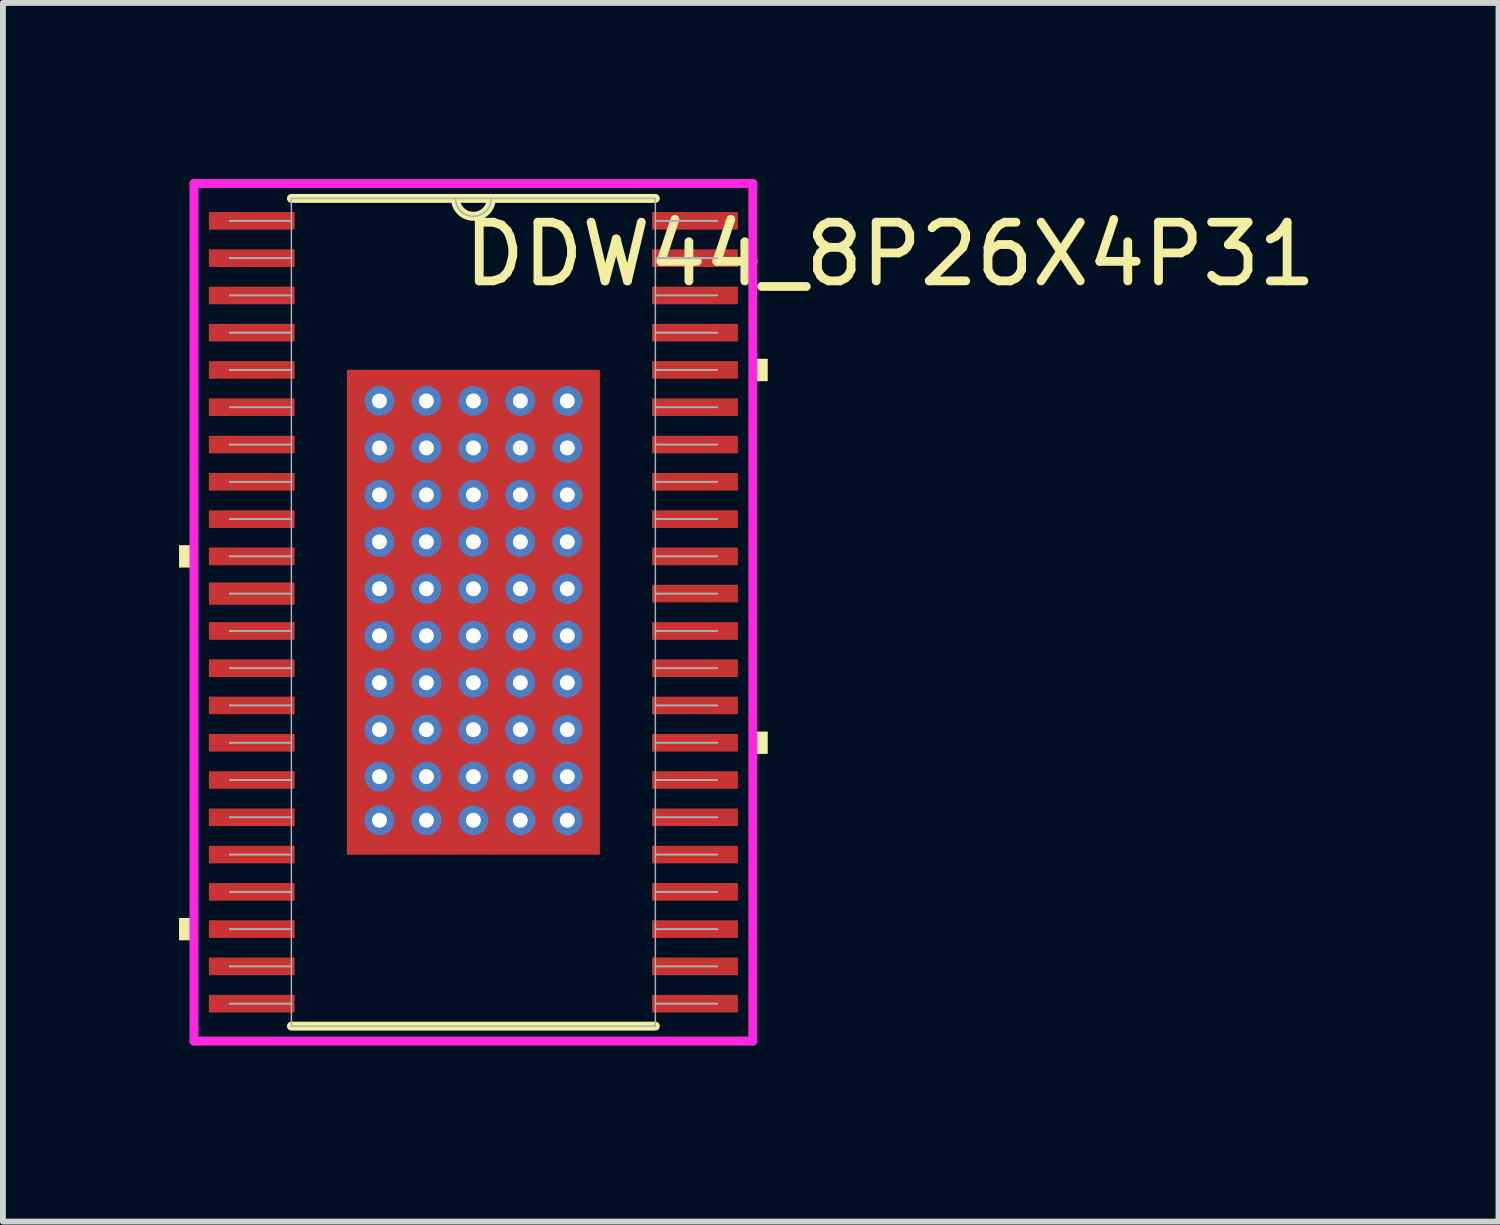
<source format=kicad_pcb>
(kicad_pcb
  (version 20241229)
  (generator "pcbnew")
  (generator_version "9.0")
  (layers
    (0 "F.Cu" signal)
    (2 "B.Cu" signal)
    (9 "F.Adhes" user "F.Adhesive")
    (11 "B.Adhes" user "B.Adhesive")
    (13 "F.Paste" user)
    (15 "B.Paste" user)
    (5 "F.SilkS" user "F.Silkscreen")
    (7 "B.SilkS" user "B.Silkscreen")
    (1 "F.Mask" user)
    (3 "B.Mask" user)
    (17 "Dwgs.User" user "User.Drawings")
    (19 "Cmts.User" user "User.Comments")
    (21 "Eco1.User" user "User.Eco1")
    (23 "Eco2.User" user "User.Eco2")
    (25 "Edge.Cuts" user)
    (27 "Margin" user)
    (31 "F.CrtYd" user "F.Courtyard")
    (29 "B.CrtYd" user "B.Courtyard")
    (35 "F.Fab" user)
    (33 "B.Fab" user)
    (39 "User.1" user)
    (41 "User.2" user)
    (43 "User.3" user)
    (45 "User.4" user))
  (footprint "DDW44_8P26X4P31"
    (layer "F.Cu")
    (at 5.014 7.38)
    (property "Reference" "DDW44_8P26X4P31" (at 7.1 -6.1 0) (unlocked yes) (layer "F.SilkS") (effects (font (size 1 1) (thickness 0.15))))
    (attr through_hole)
    (fp_poly (pts (xy -2.218 -4.193) (xy -1.775 -4.193) (xy -1.775 4.193) (xy -2.218 4.193)) (stroke (width 0) (type solid)) (fill yes) (layer "F.Mask"))
    (fp_poly (pts (xy -2.218 -4.193) (xy 2.218 -4.193) (xy 2.218 -3.743) (xy -2.218 -3.743)) (stroke (width 0) (type solid)) (fill yes) (layer "F.Mask"))
    (fp_poly (pts (xy -2.218 -3.343) (xy 2.218 -3.343) (xy 2.218 -2.956) (xy -2.218 -2.956)) (stroke (width 0) (type solid)) (fill yes) (layer "F.Mask"))
    (fp_poly (pts (xy -2.218 -2.556) (xy 2.218 -2.556) (xy 2.218 -2.168) (xy -2.218 -2.168)) (stroke (width 0) (type solid)) (fill yes) (layer "F.Mask"))
    (fp_poly (pts (xy -2.218 -1.768) (xy 2.218 -1.768) (xy 2.218 -1.381) (xy -2.218 -1.381)) (stroke (width 0) (type solid)) (fill yes) (layer "F.Mask"))
    (fp_poly (pts (xy -2.218 -0.981) (xy 2.218 -0.981) (xy 2.218 -0.594) (xy -2.218 -0.594)) (stroke (width 0) (type solid)) (fill yes) (layer "F.Mask"))
    (fp_poly (pts (xy -2.218 -0.194) (xy 2.218 -0.194) (xy 2.218 0.194) (xy -2.218 0.194)) (stroke (width 0) (type solid)) (fill yes) (layer "F.Mask"))
    (fp_poly (pts (xy -2.218 0.594) (xy 2.218 0.594) (xy 2.218 0.981) (xy -2.218 0.981)) (stroke (width 0) (type solid)) (fill yes) (layer "F.Mask"))
    (fp_poly (pts (xy -2.218 1.381) (xy 2.218 1.381) (xy 2.218 1.768) (xy -2.218 1.768)) (stroke (width 0) (type solid)) (fill yes) (layer "F.Mask"))
    (fp_poly (pts (xy -2.218 2.168) (xy 2.218 2.168) (xy 2.218 2.556) (xy -2.218 2.556)) (stroke (width 0) (type solid)) (fill yes) (layer "F.Mask"))
    (fp_poly (pts (xy -2.218 2.956) (xy 2.218 2.956) (xy 2.218 3.343) (xy -2.218 3.343)) (stroke (width 0) (type solid)) (fill yes) (layer "F.Mask"))
    (fp_poly (pts (xy -2.218 3.743) (xy 2.218 3.743) (xy 2.218 4.193) (xy -2.218 4.193)) (stroke (width 0) (type solid)) (fill yes) (layer "F.Mask"))
    (fp_poly (pts (xy -0.987 -4.193) (xy -1.375 -4.193) (xy -1.375 4.193) (xy -0.987 4.193)) (stroke (width 0) (type solid)) (fill yes) (layer "F.Mask"))
    (fp_poly (pts (xy -0.2 -4.193) (xy -0.587 -4.193) (xy -0.587 4.193) (xy -0.2 4.193)) (stroke (width 0) (type solid)) (fill yes) (layer "F.Mask"))
    (fp_poly (pts (xy 0.587 -4.193) (xy 0.2 -4.193) (xy 0.2 4.193) (xy 0.587 4.193)) (stroke (width 0) (type solid)) (fill yes) (layer "F.Mask"))
    (fp_poly (pts (xy 1.375 -4.193) (xy 0.987 -4.193) (xy 0.987 4.193) (xy 1.375 4.193)) (stroke (width 0) (type solid)) (fill yes) (layer "F.Mask"))
    (fp_poly (pts (xy 1.775 -4.193) (xy 2.218 -4.193) (xy 2.218 4.193) (xy 1.775 4.193)) (stroke (width 0) (type solid)) (fill yes) (layer "F.Mask"))
    (fp_line (start -3.1 7.05) (end 3.1 7.05) (stroke (width 0.152) (type solid)) (layer "F.SilkS"))
    (fp_line (start 3.1 -7.05) (end -3.1 -7.05) (stroke (width 0.152) (type solid)) (layer "F.SilkS"))
    (fp_arc (start 0.3048 -7.050001) (mid 0 -6.745201) (end -0.3048 -7.050001) (stroke (width 0.1524) (type solid)) (layer "F.SilkS"))
    (fp_poly (pts (xy -5.014 -1.143) (xy -5.014 -0.762) (xy -4.76 -0.762) (xy -4.76 -1.143)) (stroke (width 0) (type solid)) (fill yes) (layer "F.SilkS"))
    (fp_poly (pts (xy -5.014 5.207) (xy -5.014 5.588) (xy -4.76 5.588) (xy -4.76 5.207)) (stroke (width 0) (type solid)) (fill yes) (layer "F.SilkS"))
    (fp_poly (pts (xy 5.014 -4.318) (xy 5.014 -3.937) (xy 4.76 -3.937) (xy 4.76 -4.318)) (stroke (width 0) (type solid)) (fill yes) (layer "F.SilkS"))
    (fp_poly (pts (xy 5.014 2.032) (xy 5.014 2.413) (xy 4.76 2.413) (xy 4.76 2.032)) (stroke (width 0) (type solid)) (fill yes) (layer "F.SilkS"))
    (fp_poly (pts (xy -2.08 -4.055) (xy -2.08 -3.643) (xy -1.816 -3.643) (xy -1.675 -3.785) (xy -1.675 -4.055)) (stroke (width 0) (type solid)) (fill yes) (layer "F.Paste"))
    (fp_poly (pts (xy -2.08 3.643) (xy -2.08 4.055) (xy -1.675 4.055) (xy -1.675 3.785) (xy -1.816 3.643)) (stroke (width 0) (type solid)) (fill yes) (layer "F.Paste"))
    (fp_poly (pts (xy 1.675 -4.055) (xy 1.675 -3.785) (xy 1.816 -3.643) (xy 2.08 -3.643) (xy 2.08 -4.055)) (stroke (width 0) (type solid)) (fill yes) (layer "F.Paste"))
    (fp_poly (pts (xy 1.816 3.643) (xy 1.675 3.785) (xy 1.675 4.055) (xy 2.08 4.055) (xy 2.08 3.643)) (stroke (width 0) (type solid)) (fill yes) (layer "F.Paste"))
    (fp_poly (pts (xy -2.08 -3.443) (xy -2.08 -2.856) (xy -1.816 -2.856) (xy -1.675 -2.997) (xy -1.675 -3.302) (xy -1.816 -3.443)) (stroke (width 0) (type solid)) (fill yes) (layer "F.Paste"))
    (fp_poly (pts (xy -2.08 -2.656) (xy -2.08 -2.068) (xy -1.816 -2.068) (xy -1.675 -2.21) (xy -1.675 -2.514) (xy -1.816 -2.656)) (stroke (width 0) (type solid)) (fill yes) (layer "F.Paste"))
    (fp_poly (pts (xy -2.08 -1.869) (xy -2.08 -1.281) (xy -1.816 -1.281) (xy -1.675 -1.423) (xy -1.675 -1.727) (xy -1.816 -1.869)) (stroke (width 0) (type solid)) (fill yes) (layer "F.Paste"))
    (fp_poly (pts (xy -2.08 -1.081) (xy -2.08 -0.494) (xy -1.816 -0.494) (xy -1.675 -0.635) (xy -1.675 -0.94) (xy -1.816 -1.081)) (stroke (width 0) (type solid)) (fill yes) (layer "F.Paste"))
    (fp_poly (pts (xy -2.08 -0.294) (xy -2.08 0.294) (xy -1.816 0.294) (xy -1.675 0.152) (xy -1.675 -0.152) (xy -1.816 -0.294)) (stroke (width 0) (type solid)) (fill yes) (layer "F.Paste"))
    (fp_poly (pts (xy -2.08 0.494) (xy -2.08 1.081) (xy -1.816 1.081) (xy -1.675 0.94) (xy -1.675 0.635) (xy -1.816 0.494)) (stroke (width 0) (type solid)) (fill yes) (layer "F.Paste"))
    (fp_poly (pts (xy -2.08 1.281) (xy -2.08 1.869) (xy -1.816 1.869) (xy -1.675 1.727) (xy -1.675 1.423) (xy -1.816 1.281)) (stroke (width 0) (type solid)) (fill yes) (layer "F.Paste"))
    (fp_poly (pts (xy -2.08 2.068) (xy -2.08 2.656) (xy -1.816 2.656) (xy -1.675 2.514) (xy -1.675 2.21) (xy -1.816 2.068)) (stroke (width 0) (type solid)) (fill yes) (layer "F.Paste"))
    (fp_poly (pts (xy -2.08 2.856) (xy -2.08 3.443) (xy -1.816 3.443) (xy -1.675 3.302) (xy -1.675 2.997) (xy -1.816 2.856)) (stroke (width 0) (type solid)) (fill yes) (layer "F.Paste"))
    (fp_poly (pts (xy -1.475 -4.055) (xy -1.475 -3.785) (xy -1.333 -3.643) (xy -1.029 -3.643) (xy -0.887 -3.785) (xy -0.887 -4.055)) (stroke (width 0) (type solid)) (fill yes) (layer "F.Paste"))
    (fp_poly (pts (xy -1.333 3.643) (xy -1.475 3.785) (xy -1.475 4.055) (xy -0.887 4.055) (xy -0.887 3.785) (xy -1.029 3.643)) (stroke (width 0) (type solid)) (fill yes) (layer "F.Paste"))
    (fp_poly (pts (xy -0.687 -4.055) (xy -0.687 -3.785) (xy -0.546 -3.643) (xy -0.241 -3.643) (xy -0.1 -3.785) (xy -0.1 -4.055)) (stroke (width 0) (type solid)) (fill yes) (layer "F.Paste"))
    (fp_poly (pts (xy -0.546 3.643) (xy -0.687 3.785) (xy -0.687 4.055) (xy -0.1 4.055) (xy -0.1 3.785) (xy -0.241 3.643)) (stroke (width 0) (type solid)) (fill yes) (layer "F.Paste"))
    (fp_poly (pts (xy 0.1 -4.055) (xy 0.1 -3.785) (xy 0.241 -3.643) (xy 0.546 -3.643) (xy 0.687 -3.785) (xy 0.687 -4.055)) (stroke (width 0) (type solid)) (fill yes) (layer "F.Paste"))
    (fp_poly (pts (xy 0.241 3.643) (xy 0.1 3.785) (xy 0.1 4.055) (xy 0.687 4.055) (xy 0.687 3.785) (xy 0.546 3.643)) (stroke (width 0) (type solid)) (fill yes) (layer "F.Paste"))
    (fp_poly (pts (xy 0.887 -4.055) (xy 0.887 -3.785) (xy 1.029 -3.643) (xy 1.333 -3.643) (xy 1.475 -3.785) (xy 1.475 -4.055)) (stroke (width 0) (type solid)) (fill yes) (layer "F.Paste"))
    (fp_poly (pts (xy 1.029 3.643) (xy 0.887 3.785) (xy 0.887 4.055) (xy 1.475 4.055) (xy 1.475 3.785) (xy 1.333 3.643)) (stroke (width 0) (type solid)) (fill yes) (layer "F.Paste"))
    (fp_poly (pts (xy 1.816 -3.443) (xy 1.675 -3.302) (xy 1.675 -2.997) (xy 1.816 -2.856) (xy 2.08 -2.856) (xy 2.08 -3.443)) (stroke (width 0) (type solid)) (fill yes) (layer "F.Paste"))
    (fp_poly (pts (xy 1.816 -2.656) (xy 1.675 -2.514) (xy 1.675 -2.21) (xy 1.816 -2.068) (xy 2.08 -2.068) (xy 2.08 -2.656)) (stroke (width 0) (type solid)) (fill yes) (layer "F.Paste"))
    (fp_poly (pts (xy 1.816 -1.869) (xy 1.675 -1.727) (xy 1.675 -1.423) (xy 1.816 -1.281) (xy 2.08 -1.281) (xy 2.08 -1.869)) (stroke (width 0) (type solid)) (fill yes) (layer "F.Paste"))
    (fp_poly (pts (xy 1.816 -1.081) (xy 1.675 -0.94) (xy 1.675 -0.635) (xy 1.816 -0.494) (xy 2.08 -0.494) (xy 2.08 -1.081)) (stroke (width 0) (type solid)) (fill yes) (layer "F.Paste"))
    (fp_poly (pts (xy 1.816 -0.294) (xy 1.675 -0.152) (xy 1.675 0.152) (xy 1.816 0.294) (xy 2.08 0.294) (xy 2.08 -0.294)) (stroke (width 0) (type solid)) (fill yes) (layer "F.Paste"))
    (fp_poly (pts (xy 1.816 0.494) (xy 1.675 0.635) (xy 1.675 0.94) (xy 1.816 1.081) (xy 2.08 1.081) (xy 2.08 0.494)) (stroke (width 0) (type solid)) (fill yes) (layer "F.Paste"))
    (fp_poly (pts (xy 1.816 1.281) (xy 1.675 1.423) (xy 1.675 1.727) (xy 1.816 1.869) (xy 2.08 1.869) (xy 2.08 1.281)) (stroke (width 0) (type solid)) (fill yes) (layer "F.Paste"))
    (fp_poly (pts (xy 1.816 2.068) (xy 1.675 2.21) (xy 1.675 2.514) (xy 1.816 2.656) (xy 2.08 2.656) (xy 2.08 2.068)) (stroke (width 0) (type solid)) (fill yes) (layer "F.Paste"))
    (fp_poly (pts (xy 1.816 2.856) (xy 1.675 2.997) (xy 1.675 3.302) (xy 1.816 3.443) (xy 2.08 3.443) (xy 2.08 2.856)) (stroke (width 0) (type solid)) (fill yes) (layer "F.Paste"))
    (fp_poly (pts (xy -1.333 -3.443) (xy -1.475 -3.302) (xy -1.475 -2.997) (xy -1.333 -2.856) (xy -1.029 -2.856) (xy -0.887 -2.997) (xy -0.887 -3.302) (xy -1.029 -3.443)) (stroke (width 0) (type solid)) (fill yes) (layer "F.Paste"))
    (fp_poly (pts (xy -1.333 -2.656) (xy -1.475 -2.514) (xy -1.475 -2.21) (xy -1.333 -2.068) (xy -1.029 -2.068) (xy -0.887 -2.21) (xy -0.887 -2.514) (xy -1.029 -2.656)) (stroke (width 0) (type solid)) (fill yes) (layer "F.Paste"))
    (fp_poly (pts (xy -1.333 -1.869) (xy -1.475 -1.727) (xy -1.475 -1.423) (xy -1.333 -1.281) (xy -1.029 -1.281) (xy -0.887 -1.423) (xy -0.887 -1.727) (xy -1.029 -1.869)) (stroke (width 0) (type solid)) (fill yes) (layer "F.Paste"))
    (fp_poly (pts (xy -1.333 -1.081) (xy -1.475 -0.94) (xy -1.475 -0.635) (xy -1.333 -0.494) (xy -1.029 -0.494) (xy -0.887 -0.635) (xy -0.887 -0.94) (xy -1.029 -1.081)) (stroke (width 0) (type solid)) (fill yes) (layer "F.Paste"))
    (fp_poly (pts (xy -1.333 -0.294) (xy -1.475 -0.152) (xy -1.475 0.152) (xy -1.333 0.294) (xy -1.029 0.294) (xy -0.887 0.152) (xy -0.887 -0.152) (xy -1.029 -0.294)) (stroke (width 0) (type solid)) (fill yes) (layer "F.Paste"))
    (fp_poly (pts (xy -1.333 0.494) (xy -1.475 0.635) (xy -1.475 0.94) (xy -1.333 1.081) (xy -1.029 1.081) (xy -0.887 0.94) (xy -0.887 0.635) (xy -1.029 0.494)) (stroke (width 0) (type solid)) (fill yes) (layer "F.Paste"))
    (fp_poly (pts (xy -1.333 1.281) (xy -1.475 1.423) (xy -1.475 1.727) (xy -1.333 1.869) (xy -1.029 1.869) (xy -0.887 1.727) (xy -0.887 1.423) (xy -1.029 1.281)) (stroke (width 0) (type solid)) (fill yes) (layer "F.Paste"))
    (fp_poly (pts (xy -1.333 2.068) (xy -1.475 2.21) (xy -1.475 2.514) (xy -1.333 2.656) (xy -1.029 2.656) (xy -0.887 2.514) (xy -0.887 2.21) (xy -1.029 2.068)) (stroke (width 0) (type solid)) (fill yes) (layer "F.Paste"))
    (fp_poly (pts (xy -1.333 2.856) (xy -1.475 2.997) (xy -1.475 3.302) (xy -1.333 3.443) (xy -1.029 3.443) (xy -0.887 3.302) (xy -0.887 2.997) (xy -1.029 2.856)) (stroke (width 0) (type solid)) (fill yes) (layer "F.Paste"))
    (fp_poly (pts (xy -0.546 -3.443) (xy -0.687 -3.302) (xy -0.687 -2.997) (xy -0.546 -2.856) (xy -0.241 -2.856) (xy -0.1 -2.997) (xy -0.1 -3.302) (xy -0.241 -3.443)) (stroke (width 0) (type solid)) (fill yes) (layer "F.Paste"))
    (fp_poly (pts (xy -0.546 -2.656) (xy -0.687 -2.514) (xy -0.687 -2.21) (xy -0.546 -2.068) (xy -0.241 -2.068) (xy -0.1 -2.21) (xy -0.1 -2.514) (xy -0.241 -2.656)) (stroke (width 0) (type solid)) (fill yes) (layer "F.Paste"))
    (fp_poly (pts (xy -0.546 -1.869) (xy -0.687 -1.727) (xy -0.687 -1.423) (xy -0.546 -1.281) (xy -0.241 -1.281) (xy -0.1 -1.423) (xy -0.1 -1.727) (xy -0.241 -1.869)) (stroke (width 0) (type solid)) (fill yes) (layer "F.Paste"))
    (fp_poly (pts (xy -0.546 -1.081) (xy -0.687 -0.94) (xy -0.687 -0.635) (xy -0.546 -0.494) (xy -0.241 -0.494) (xy -0.1 -0.635) (xy -0.1 -0.94) (xy -0.241 -1.081)) (stroke (width 0) (type solid)) (fill yes) (layer "F.Paste"))
    (fp_poly (pts (xy -0.546 -0.294) (xy -0.687 -0.152) (xy -0.687 0.152) (xy -0.546 0.294) (xy -0.241 0.294) (xy -0.1 0.152) (xy -0.1 -0.152) (xy -0.241 -0.294)) (stroke (width 0) (type solid)) (fill yes) (layer "F.Paste"))
    (fp_poly (pts (xy -0.546 0.494) (xy -0.687 0.635) (xy -0.687 0.94) (xy -0.546 1.081) (xy -0.241 1.081) (xy -0.1 0.94) (xy -0.1 0.635) (xy -0.241 0.494)) (stroke (width 0) (type solid)) (fill yes) (layer "F.Paste"))
    (fp_poly (pts (xy -0.546 1.281) (xy -0.687 1.423) (xy -0.687 1.727) (xy -0.546 1.869) (xy -0.241 1.869) (xy -0.1 1.727) (xy -0.1 1.423) (xy -0.241 1.281)) (stroke (width 0) (type solid)) (fill yes) (layer "F.Paste"))
    (fp_poly (pts (xy -0.546 2.068) (xy -0.687 2.21) (xy -0.687 2.514) (xy -0.546 2.656) (xy -0.241 2.656) (xy -0.1 2.514) (xy -0.1 2.21) (xy -0.241 2.068)) (stroke (width 0) (type solid)) (fill yes) (layer "F.Paste"))
    (fp_poly (pts (xy -0.546 2.856) (xy -0.687 2.997) (xy -0.687 3.302) (xy -0.546 3.443) (xy -0.241 3.443) (xy -0.1 3.302) (xy -0.1 2.997) (xy -0.241 2.856)) (stroke (width 0) (type solid)) (fill yes) (layer "F.Paste"))
    (fp_poly (pts (xy 0.241 -3.443) (xy 0.1 -3.302) (xy 0.1 -2.997) (xy 0.241 -2.856) (xy 0.546 -2.856) (xy 0.687 -2.997) (xy 0.687 -3.302) (xy 0.546 -3.443)) (stroke (width 0) (type solid)) (fill yes) (layer "F.Paste"))
    (fp_poly (pts (xy 0.241 -2.656) (xy 0.1 -2.514) (xy 0.1 -2.21) (xy 0.241 -2.068) (xy 0.546 -2.068) (xy 0.687 -2.21) (xy 0.687 -2.514) (xy 0.546 -2.656)) (stroke (width 0) (type solid)) (fill yes) (layer "F.Paste"))
    (fp_poly (pts (xy 0.241 -1.869) (xy 0.1 -1.727) (xy 0.1 -1.423) (xy 0.241 -1.281) (xy 0.546 -1.281) (xy 0.687 -1.423) (xy 0.687 -1.727) (xy 0.546 -1.869)) (stroke (width 0) (type solid)) (fill yes) (layer "F.Paste"))
    (fp_poly (pts (xy 0.241 -1.081) (xy 0.1 -0.94) (xy 0.1 -0.635) (xy 0.241 -0.494) (xy 0.546 -0.494) (xy 0.687 -0.635) (xy 0.687 -0.94) (xy 0.546 -1.081)) (stroke (width 0) (type solid)) (fill yes) (layer "F.Paste"))
    (fp_poly (pts (xy 0.241 -0.294) (xy 0.1 -0.152) (xy 0.1 0.152) (xy 0.241 0.294) (xy 0.546 0.294) (xy 0.687 0.152) (xy 0.687 -0.152) (xy 0.546 -0.294)) (stroke (width 0) (type solid)) (fill yes) (layer "F.Paste"))
    (fp_poly (pts (xy 0.241 0.494) (xy 0.1 0.635) (xy 0.1 0.94) (xy 0.241 1.081) (xy 0.546 1.081) (xy 0.687 0.94) (xy 0.687 0.635) (xy 0.546 0.494)) (stroke (width 0) (type solid)) (fill yes) (layer "F.Paste"))
    (fp_poly (pts (xy 0.241 1.281) (xy 0.1 1.423) (xy 0.1 1.727) (xy 0.241 1.869) (xy 0.546 1.869) (xy 0.687 1.727) (xy 0.687 1.423) (xy 0.546 1.281)) (stroke (width 0) (type solid)) (fill yes) (layer "F.Paste"))
    (fp_poly (pts (xy 0.241 2.068) (xy 0.1 2.21) (xy 0.1 2.514) (xy 0.241 2.656) (xy 0.546 2.656) (xy 0.687 2.514) (xy 0.687 2.21) (xy 0.546 2.068)) (stroke (width 0) (type solid)) (fill yes) (layer "F.Paste"))
    (fp_poly (pts (xy 0.241 2.856) (xy 0.1 2.997) (xy 0.1 3.302) (xy 0.241 3.443) (xy 0.546 3.443) (xy 0.687 3.302) (xy 0.687 2.997) (xy 0.546 2.856)) (stroke (width 0) (type solid)) (fill yes) (layer "F.Paste"))
    (fp_poly (pts (xy 1.029 -3.443) (xy 0.887 -3.302) (xy 0.887 -2.997) (xy 1.029 -2.856) (xy 1.333 -2.856) (xy 1.475 -2.997) (xy 1.475 -3.302) (xy 1.333 -3.443)) (stroke (width 0) (type solid)) (fill yes) (layer "F.Paste"))
    (fp_poly (pts (xy 1.029 -2.656) (xy 0.887 -2.514) (xy 0.887 -2.21) (xy 1.029 -2.068) (xy 1.333 -2.068) (xy 1.475 -2.21) (xy 1.475 -2.514) (xy 1.333 -2.656)) (stroke (width 0) (type solid)) (fill yes) (layer "F.Paste"))
    (fp_poly (pts (xy 1.029 -1.869) (xy 0.887 -1.727) (xy 0.887 -1.423) (xy 1.029 -1.281) (xy 1.333 -1.281) (xy 1.475 -1.423) (xy 1.475 -1.727) (xy 1.333 -1.869)) (stroke (width 0) (type solid)) (fill yes) (layer "F.Paste"))
    (fp_poly (pts (xy 1.029 -1.081) (xy 0.887 -0.94) (xy 0.887 -0.635) (xy 1.029 -0.494) (xy 1.333 -0.494) (xy 1.475 -0.635) (xy 1.475 -0.94) (xy 1.333 -1.081)) (stroke (width 0) (type solid)) (fill yes) (layer "F.Paste"))
    (fp_poly (pts (xy 1.029 -0.294) (xy 0.887 -0.152) (xy 0.887 0.152) (xy 1.029 0.294) (xy 1.333 0.294) (xy 1.475 0.152) (xy 1.475 -0.152) (xy 1.333 -0.294)) (stroke (width 0) (type solid)) (fill yes) (layer "F.Paste"))
    (fp_poly (pts (xy 1.029 0.494) (xy 0.887 0.635) (xy 0.887 0.94) (xy 1.029 1.081) (xy 1.333 1.081) (xy 1.475 0.94) (xy 1.475 0.635) (xy 1.333 0.494)) (stroke (width 0) (type solid)) (fill yes) (layer "F.Paste"))
    (fp_poly (pts (xy 1.029 1.281) (xy 0.887 1.423) (xy 0.887 1.727) (xy 1.029 1.869) (xy 1.333 1.869) (xy 1.475 1.727) (xy 1.475 1.423) (xy 1.333 1.281)) (stroke (width 0) (type solid)) (fill yes) (layer "F.Paste"))
    (fp_poly (pts (xy 1.029 2.068) (xy 0.887 2.21) (xy 0.887 2.514) (xy 1.029 2.656) (xy 1.333 2.656) (xy 1.475 2.514) (xy 1.475 2.21) (xy 1.333 2.068)) (stroke (width 0) (type solid)) (fill yes) (layer "F.Paste"))
    (fp_poly (pts (xy 1.029 2.856) (xy 0.887 2.997) (xy 0.887 3.302) (xy 1.029 3.443) (xy 1.333 3.443) (xy 1.475 3.302) (xy 1.475 2.997) (xy 1.333 2.856)) (stroke (width 0) (type solid)) (fill yes) (layer "F.Paste"))
    (fp_line (start -4.76 -7.304) (end 4.76 -7.304) (stroke (width 0.152) (type solid)) (layer "F.CrtYd"))
    (fp_line (start -4.76 7.304) (end -4.76 -7.304) (stroke (width 0.152) (type solid)) (layer "F.CrtYd"))
    (fp_line (start 4.76 -7.304) (end 4.76 7.304) (stroke (width 0.152) (type solid)) (layer "F.CrtYd"))
    (fp_line (start 4.76 7.304) (end -4.76 7.304) (stroke (width 0.152) (type solid)) (layer "F.CrtYd"))
    (fp_line (start -4.15 -6.671) (end -4.15 -6.664) (stroke (width 0.025) (type solid)) (layer "F.Fab"))
    (fp_line (start -4.15 -6.664) (end -3.1 -6.664) (stroke (width 0.025) (type solid)) (layer "F.Fab"))
    (fp_line (start -4.15 -6.036) (end -4.15 -6.029) (stroke (width 0.025) (type solid)) (layer "F.Fab"))
    (fp_line (start -4.15 -6.029) (end -3.1 -6.029) (stroke (width 0.025) (type solid)) (layer "F.Fab"))
    (fp_line (start -4.15 -5.401) (end -4.15 -5.394) (stroke (width 0.025) (type solid)) (layer "F.Fab"))
    (fp_line (start -4.15 -5.394) (end -3.1 -5.394) (stroke (width 0.025) (type solid)) (layer "F.Fab"))
    (fp_line (start -4.15 -4.766) (end -4.15 -4.759) (stroke (width 0.025) (type solid)) (layer "F.Fab"))
    (fp_line (start -4.15 -4.759) (end -3.1 -4.759) (stroke (width 0.025) (type solid)) (layer "F.Fab"))
    (fp_line (start -4.15 -4.131) (end -4.15 -4.124) (stroke (width 0.025) (type solid)) (layer "F.Fab"))
    (fp_line (start -4.15 -4.124) (end -3.1 -4.124) (stroke (width 0.025) (type solid)) (layer "F.Fab"))
    (fp_line (start -4.15 -3.496) (end -4.15 -3.489) (stroke (width 0.025) (type solid)) (layer "F.Fab"))
    (fp_line (start -4.15 -3.489) (end -3.1 -3.489) (stroke (width 0.025) (type solid)) (layer "F.Fab"))
    (fp_line (start -4.15 -2.861) (end -4.15 -2.854) (stroke (width 0.025) (type solid)) (layer "F.Fab"))
    (fp_line (start -4.15 -2.854) (end -3.1 -2.854) (stroke (width 0.025) (type solid)) (layer "F.Fab"))
    (fp_line (start -4.15 -2.226) (end -4.15 -2.219) (stroke (width 0.025) (type solid)) (layer "F.Fab"))
    (fp_line (start -4.15 -2.219) (end -3.1 -2.219) (stroke (width 0.025) (type solid)) (layer "F.Fab"))
    (fp_line (start -4.15 -1.591) (end -4.15 -1.584) (stroke (width 0.025) (type solid)) (layer "F.Fab"))
    (fp_line (start -4.15 -1.584) (end -3.1 -1.584) (stroke (width 0.025) (type solid)) (layer "F.Fab"))
    (fp_line (start -4.15 -0.956) (end -4.15 -0.949) (stroke (width 0.025) (type solid)) (layer "F.Fab"))
    (fp_line (start -4.15 -0.949) (end -3.1 -0.949) (stroke (width 0.025) (type solid)) (layer "F.Fab"))
    (fp_line (start -4.15 -0.321) (end -4.15 -0.314) (stroke (width 0.025) (type solid)) (layer "F.Fab"))
    (fp_line (start -4.15 -0.314) (end -3.1 -0.314) (stroke (width 0.025) (type solid)) (layer "F.Fab"))
    (fp_line (start -4.15 0.314) (end -4.15 0.321) (stroke (width 0.025) (type solid)) (layer "F.Fab"))
    (fp_line (start -4.15 0.321) (end -3.1 0.321) (stroke (width 0.025) (type solid)) (layer "F.Fab"))
    (fp_line (start -4.15 0.949) (end -4.15 0.956) (stroke (width 0.025) (type solid)) (layer "F.Fab"))
    (fp_line (start -4.15 0.956) (end -3.1 0.956) (stroke (width 0.025) (type solid)) (layer "F.Fab"))
    (fp_line (start -4.15 1.584) (end -4.15 1.591) (stroke (width 0.025) (type solid)) (layer "F.Fab"))
    (fp_line (start -4.15 1.591) (end -3.1 1.591) (stroke (width 0.025) (type solid)) (layer "F.Fab"))
    (fp_line (start -4.15 2.219) (end -4.15 2.226) (stroke (width 0.025) (type solid)) (layer "F.Fab"))
    (fp_line (start -4.15 2.226) (end -3.1 2.226) (stroke (width 0.025) (type solid)) (layer "F.Fab"))
    (fp_line (start -4.15 2.854) (end -4.15 2.861) (stroke (width 0.025) (type solid)) (layer "F.Fab"))
    (fp_line (start -4.15 2.861) (end -3.1 2.861) (stroke (width 0.025) (type solid)) (layer "F.Fab"))
    (fp_line (start -4.15 3.489) (end -4.15 3.496) (stroke (width 0.025) (type solid)) (layer "F.Fab"))
    (fp_line (start -4.15 3.496) (end -3.1 3.496) (stroke (width 0.025) (type solid)) (layer "F.Fab"))
    (fp_line (start -4.15 4.124) (end -4.15 4.131) (stroke (width 0.025) (type solid)) (layer "F.Fab"))
    (fp_line (start -4.15 4.131) (end -3.1 4.131) (stroke (width 0.025) (type solid)) (layer "F.Fab"))
    (fp_line (start -4.15 4.759) (end -4.15 4.766) (stroke (width 0.025) (type solid)) (layer "F.Fab"))
    (fp_line (start -4.15 4.766) (end -3.1 4.766) (stroke (width 0.025) (type solid)) (layer "F.Fab"))
    (fp_line (start -4.15 5.394) (end -4.15 5.401) (stroke (width 0.025) (type solid)) (layer "F.Fab"))
    (fp_line (start -4.15 5.401) (end -3.1 5.401) (stroke (width 0.025) (type solid)) (layer "F.Fab"))
    (fp_line (start -4.15 6.029) (end -4.15 6.036) (stroke (width 0.025) (type solid)) (layer "F.Fab"))
    (fp_line (start -4.15 6.036) (end -3.1 6.036) (stroke (width 0.025) (type solid)) (layer "F.Fab"))
    (fp_line (start -4.15 6.664) (end -4.15 6.671) (stroke (width 0.025) (type solid)) (layer "F.Fab"))
    (fp_line (start -4.15 6.671) (end -3.1 6.671) (stroke (width 0.025) (type solid)) (layer "F.Fab"))
    (fp_line (start -3.1 -6.671) (end -4.15 -6.671) (stroke (width 0.025) (type solid)) (layer "F.Fab"))
    (fp_line (start -3.1 -6.664) (end -3.1 -6.671) (stroke (width 0.025) (type solid)) (layer "F.Fab"))
    (fp_line (start -3.1 -6.036) (end -4.15 -6.036) (stroke (width 0.025) (type solid)) (layer "F.Fab"))
    (fp_line (start -3.1 -6.029) (end -3.1 -6.036) (stroke (width 0.025) (type solid)) (layer "F.Fab"))
    (fp_line (start -3.1 -5.401) (end -4.15 -5.401) (stroke (width 0.025) (type solid)) (layer "F.Fab"))
    (fp_line (start -3.1 -5.394) (end -3.1 -5.401) (stroke (width 0.025) (type solid)) (layer "F.Fab"))
    (fp_line (start -3.1 -4.766) (end -4.15 -4.766) (stroke (width 0.025) (type solid)) (layer "F.Fab"))
    (fp_line (start -3.1 -4.759) (end -3.1 -4.766) (stroke (width 0.025) (type solid)) (layer "F.Fab"))
    (fp_line (start -3.1 -4.131) (end -4.15 -4.131) (stroke (width 0.025) (type solid)) (layer "F.Fab"))
    (fp_line (start -3.1 -4.124) (end -3.1 -4.131) (stroke (width 0.025) (type solid)) (layer "F.Fab"))
    (fp_line (start -3.1 -3.496) (end -4.15 -3.496) (stroke (width 0.025) (type solid)) (layer "F.Fab"))
    (fp_line (start -3.1 -3.489) (end -3.1 -3.496) (stroke (width 0.025) (type solid)) (layer "F.Fab"))
    (fp_line (start -3.1 -2.861) (end -4.15 -2.861) (stroke (width 0.025) (type solid)) (layer "F.Fab"))
    (fp_line (start -3.1 -2.854) (end -3.1 -2.861) (stroke (width 0.025) (type solid)) (layer "F.Fab"))
    (fp_line (start -3.1 -2.226) (end -4.15 -2.226) (stroke (width 0.025) (type solid)) (layer "F.Fab"))
    (fp_line (start -3.1 -2.219) (end -3.1 -2.226) (stroke (width 0.025) (type solid)) (layer "F.Fab"))
    (fp_line (start -3.1 -1.591) (end -4.15 -1.591) (stroke (width 0.025) (type solid)) (layer "F.Fab"))
    (fp_line (start -3.1 -1.584) (end -3.1 -1.591) (stroke (width 0.025) (type solid)) (layer "F.Fab"))
    (fp_line (start -3.1 -0.956) (end -4.15 -0.956) (stroke (width 0.025) (type solid)) (layer "F.Fab"))
    (fp_line (start -3.1 -0.949) (end -3.1 -0.956) (stroke (width 0.025) (type solid)) (layer "F.Fab"))
    (fp_line (start -3.1 -0.321) (end -4.15 -0.321) (stroke (width 0.025) (type solid)) (layer "F.Fab"))
    (fp_line (start -3.1 -0.314) (end -3.1 -0.321) (stroke (width 0.025) (type solid)) (layer "F.Fab"))
    (fp_line (start -3.1 0.314) (end -4.15 0.314) (stroke (width 0.025) (type solid)) (layer "F.Fab"))
    (fp_line (start -3.1 0.321) (end -3.1 0.314) (stroke (width 0.025) (type solid)) (layer "F.Fab"))
    (fp_line (start -3.1 0.949) (end -4.15 0.949) (stroke (width 0.025) (type solid)) (layer "F.Fab"))
    (fp_line (start -3.1 0.956) (end -3.1 0.949) (stroke (width 0.025) (type solid)) (layer "F.Fab"))
    (fp_line (start -3.1 1.584) (end -4.15 1.584) (stroke (width 0.025) (type solid)) (layer "F.Fab"))
    (fp_line (start -3.1 1.591) (end -3.1 1.584) (stroke (width 0.025) (type solid)) (layer "F.Fab"))
    (fp_line (start -3.1 2.219) (end -4.15 2.219) (stroke (width 0.025) (type solid)) (layer "F.Fab"))
    (fp_line (start -3.1 2.226) (end -3.1 2.219) (stroke (width 0.025) (type solid)) (layer "F.Fab"))
    (fp_line (start -3.1 2.854) (end -4.15 2.854) (stroke (width 0.025) (type solid)) (layer "F.Fab"))
    (fp_line (start -3.1 2.861) (end -3.1 2.854) (stroke (width 0.025) (type solid)) (layer "F.Fab"))
    (fp_line (start -3.1 3.489) (end -4.15 3.489) (stroke (width 0.025) (type solid)) (layer "F.Fab"))
    (fp_line (start -3.1 3.496) (end -3.1 3.489) (stroke (width 0.025) (type solid)) (layer "F.Fab"))
    (fp_line (start -3.1 4.124) (end -4.15 4.124) (stroke (width 0.025) (type solid)) (layer "F.Fab"))
    (fp_line (start -3.1 4.131) (end -3.1 4.124) (stroke (width 0.025) (type solid)) (layer "F.Fab"))
    (fp_line (start -3.1 4.759) (end -4.15 4.759) (stroke (width 0.025) (type solid)) (layer "F.Fab"))
    (fp_line (start -3.1 4.766) (end -3.1 4.759) (stroke (width 0.025) (type solid)) (layer "F.Fab"))
    (fp_line (start -3.1 5.394) (end -4.15 5.394) (stroke (width 0.025) (type solid)) (layer "F.Fab"))
    (fp_line (start -3.1 5.401) (end -3.1 5.394) (stroke (width 0.025) (type solid)) (layer "F.Fab"))
    (fp_line (start -3.1 6.029) (end -4.15 6.029) (stroke (width 0.025) (type solid)) (layer "F.Fab"))
    (fp_line (start -3.1 6.036) (end -3.1 6.029) (stroke (width 0.025) (type solid)) (layer "F.Fab"))
    (fp_line (start -3.1 6.664) (end -4.15 6.664) (stroke (width 0.025) (type solid)) (layer "F.Fab"))
    (fp_line (start -3.1 6.671) (end -3.1 6.664) (stroke (width 0.025) (type solid)) (layer "F.Fab"))
    (fp_line (start -3.1 -7.05) (end -3.1 7.05) (stroke (width 0.025) (type solid)) (layer "F.Fab"))
    (fp_line (start -3.1 7.05) (end 3.1 7.05) (stroke (width 0.025) (type solid)) (layer "F.Fab"))
    (fp_line (start 3.1 -7.05) (end -3.1 -7.05) (stroke (width 0.025) (type solid)) (layer "F.Fab"))
    (fp_line (start 3.1 7.05) (end 3.1 -7.05) (stroke (width 0.025) (type solid)) (layer "F.Fab"))
    (fp_line (start 3.1 -6.671) (end 3.1 -6.664) (stroke (width 0.025) (type solid)) (layer "F.Fab"))
    (fp_line (start 3.1 -6.664) (end 4.15 -6.664) (stroke (width 0.025) (type solid)) (layer "F.Fab"))
    (fp_line (start 3.1 -6.036) (end 3.1 -6.029) (stroke (width 0.025) (type solid)) (layer "F.Fab"))
    (fp_line (start 3.1 -6.029) (end 4.15 -6.029) (stroke (width 0.025) (type solid)) (layer "F.Fab"))
    (fp_line (start 3.1 -5.401) (end 3.1 -5.394) (stroke (width 0.025) (type solid)) (layer "F.Fab"))
    (fp_line (start 3.1 -5.394) (end 4.15 -5.394) (stroke (width 0.025) (type solid)) (layer "F.Fab"))
    (fp_line (start 3.1 -4.766) (end 3.1 -4.759) (stroke (width 0.025) (type solid)) (layer "F.Fab"))
    (fp_line (start 3.1 -4.759) (end 4.15 -4.759) (stroke (width 0.025) (type solid)) (layer "F.Fab"))
    (fp_line (start 3.1 -4.131) (end 3.1 -4.124) (stroke (width 0.025) (type solid)) (layer "F.Fab"))
    (fp_line (start 3.1 -4.124) (end 4.15 -4.124) (stroke (width 0.025) (type solid)) (layer "F.Fab"))
    (fp_line (start 3.1 -3.496) (end 3.1 -3.489) (stroke (width 0.025) (type solid)) (layer "F.Fab"))
    (fp_line (start 3.1 -3.489) (end 4.15 -3.489) (stroke (width 0.025) (type solid)) (layer "F.Fab"))
    (fp_line (start 3.1 -2.861) (end 3.1 -2.854) (stroke (width 0.025) (type solid)) (layer "F.Fab"))
    (fp_line (start 3.1 -2.854) (end 4.15 -2.854) (stroke (width 0.025) (type solid)) (layer "F.Fab"))
    (fp_line (start 3.1 -2.226) (end 3.1 -2.219) (stroke (width 0.025) (type solid)) (layer "F.Fab"))
    (fp_line (start 3.1 -2.219) (end 4.15 -2.219) (stroke (width 0.025) (type solid)) (layer "F.Fab"))
    (fp_line (start 3.1 -1.591) (end 3.1 -1.584) (stroke (width 0.025) (type solid)) (layer "F.Fab"))
    (fp_line (start 3.1 -1.584) (end 4.15 -1.584) (stroke (width 0.025) (type solid)) (layer "F.Fab"))
    (fp_line (start 3.1 -0.956) (end 3.1 -0.949) (stroke (width 0.025) (type solid)) (layer "F.Fab"))
    (fp_line (start 3.1 -0.949) (end 4.15 -0.949) (stroke (width 0.025) (type solid)) (layer "F.Fab"))
    (fp_line (start 3.1 -0.321) (end 3.1 -0.314) (stroke (width 0.025) (type solid)) (layer "F.Fab"))
    (fp_line (start 3.1 -0.314) (end 4.15 -0.314) (stroke (width 0.025) (type solid)) (layer "F.Fab"))
    (fp_line (start 3.1 0.314) (end 3.1 0.321) (stroke (width 0.025) (type solid)) (layer "F.Fab"))
    (fp_line (start 3.1 0.321) (end 4.15 0.321) (stroke (width 0.025) (type solid)) (layer "F.Fab"))
    (fp_line (start 3.1 0.949) (end 3.1 0.956) (stroke (width 0.025) (type solid)) (layer "F.Fab"))
    (fp_line (start 3.1 0.956) (end 4.15 0.956) (stroke (width 0.025) (type solid)) (layer "F.Fab"))
    (fp_line (start 3.1 1.584) (end 3.1 1.591) (stroke (width 0.025) (type solid)) (layer "F.Fab"))
    (fp_line (start 3.1 1.591) (end 4.15 1.591) (stroke (width 0.025) (type solid)) (layer "F.Fab"))
    (fp_line (start 3.1 2.219) (end 3.1 2.226) (stroke (width 0.025) (type solid)) (layer "F.Fab"))
    (fp_line (start 3.1 2.226) (end 4.15 2.226) (stroke (width 0.025) (type solid)) (layer "F.Fab"))
    (fp_line (start 3.1 2.854) (end 3.1 2.861) (stroke (width 0.025) (type solid)) (layer "F.Fab"))
    (fp_line (start 3.1 2.861) (end 4.15 2.861) (stroke (width 0.025) (type solid)) (layer "F.Fab"))
    (fp_line (start 3.1 3.489) (end 3.1 3.496) (stroke (width 0.025) (type solid)) (layer "F.Fab"))
    (fp_line (start 3.1 3.496) (end 4.15 3.496) (stroke (width 0.025) (type solid)) (layer "F.Fab"))
    (fp_line (start 3.1 4.124) (end 3.1 4.131) (stroke (width 0.025) (type solid)) (layer "F.Fab"))
    (fp_line (start 3.1 4.131) (end 4.15 4.131) (stroke (width 0.025) (type solid)) (layer "F.Fab"))
    (fp_line (start 3.1 4.759) (end 3.1 4.766) (stroke (width 0.025) (type solid)) (layer "F.Fab"))
    (fp_line (start 3.1 4.766) (end 4.15 4.766) (stroke (width 0.025) (type solid)) (layer "F.Fab"))
    (fp_line (start 3.1 5.394) (end 3.1 5.401) (stroke (width 0.025) (type solid)) (layer "F.Fab"))
    (fp_line (start 3.1 5.401) (end 4.15 5.401) (stroke (width 0.025) (type solid)) (layer "F.Fab"))
    (fp_line (start 3.1 6.029) (end 3.1 6.036) (stroke (width 0.025) (type solid)) (layer "F.Fab"))
    (fp_line (start 3.1 6.036) (end 4.15 6.036) (stroke (width 0.025) (type solid)) (layer "F.Fab"))
    (fp_line (start 3.1 6.664) (end 3.1 6.671) (stroke (width 0.025) (type solid)) (layer "F.Fab"))
    (fp_line (start 3.1 6.671) (end 4.15 6.671) (stroke (width 0.025) (type solid)) (layer "F.Fab"))
    (fp_line (start 4.15 -6.671) (end 3.1 -6.671) (stroke (width 0.025) (type solid)) (layer "F.Fab"))
    (fp_line (start 4.15 -6.664) (end 4.15 -6.671) (stroke (width 0.025) (type solid)) (layer "F.Fab"))
    (fp_line (start 4.15 -6.036) (end 3.1 -6.036) (stroke (width 0.025) (type solid)) (layer "F.Fab"))
    (fp_line (start 4.15 -6.029) (end 4.15 -6.036) (stroke (width 0.025) (type solid)) (layer "F.Fab"))
    (fp_line (start 4.15 -5.401) (end 3.1 -5.401) (stroke (width 0.025) (type solid)) (layer "F.Fab"))
    (fp_line (start 4.15 -5.394) (end 4.15 -5.401) (stroke (width 0.025) (type solid)) (layer "F.Fab"))
    (fp_line (start 4.15 -4.766) (end 3.1 -4.766) (stroke (width 0.025) (type solid)) (layer "F.Fab"))
    (fp_line (start 4.15 -4.759) (end 4.15 -4.766) (stroke (width 0.025) (type solid)) (layer "F.Fab"))
    (fp_line (start 4.15 -4.131) (end 3.1 -4.131) (stroke (width 0.025) (type solid)) (layer "F.Fab"))
    (fp_line (start 4.15 -4.124) (end 4.15 -4.131) (stroke (width 0.025) (type solid)) (layer "F.Fab"))
    (fp_line (start 4.15 -3.496) (end 3.1 -3.496) (stroke (width 0.025) (type solid)) (layer "F.Fab"))
    (fp_line (start 4.15 -3.489) (end 4.15 -3.496) (stroke (width 0.025) (type solid)) (layer "F.Fab"))
    (fp_line (start 4.15 -2.861) (end 3.1 -2.861) (stroke (width 0.025) (type solid)) (layer "F.Fab"))
    (fp_line (start 4.15 -2.854) (end 4.15 -2.861) (stroke (width 0.025) (type solid)) (layer "F.Fab"))
    (fp_line (start 4.15 -2.226) (end 3.1 -2.226) (stroke (width 0.025) (type solid)) (layer "F.Fab"))
    (fp_line (start 4.15 -2.219) (end 4.15 -2.226) (stroke (width 0.025) (type solid)) (layer "F.Fab"))
    (fp_line (start 4.15 -1.591) (end 3.1 -1.591) (stroke (width 0.025) (type solid)) (layer "F.Fab"))
    (fp_line (start 4.15 -1.584) (end 4.15 -1.591) (stroke (width 0.025) (type solid)) (layer "F.Fab"))
    (fp_line (start 4.15 -0.956) (end 3.1 -0.956) (stroke (width 0.025) (type solid)) (layer "F.Fab"))
    (fp_line (start 4.15 -0.949) (end 4.15 -0.956) (stroke (width 0.025) (type solid)) (layer "F.Fab"))
    (fp_line (start 4.15 -0.321) (end 3.1 -0.321) (stroke (width 0.025) (type solid)) (layer "F.Fab"))
    (fp_line (start 4.15 -0.314) (end 4.15 -0.321) (stroke (width 0.025) (type solid)) (layer "F.Fab"))
    (fp_line (start 4.15 0.314) (end 3.1 0.314) (stroke (width 0.025) (type solid)) (layer "F.Fab"))
    (fp_line (start 4.15 0.321) (end 4.15 0.314) (stroke (width 0.025) (type solid)) (layer "F.Fab"))
    (fp_line (start 4.15 0.949) (end 3.1 0.949) (stroke (width 0.025) (type solid)) (layer "F.Fab"))
    (fp_line (start 4.15 0.956) (end 4.15 0.949) (stroke (width 0.025) (type solid)) (layer "F.Fab"))
    (fp_line (start 4.15 1.584) (end 3.1 1.584) (stroke (width 0.025) (type solid)) (layer "F.Fab"))
    (fp_line (start 4.15 1.591) (end 4.15 1.584) (stroke (width 0.025) (type solid)) (layer "F.Fab"))
    (fp_line (start 4.15 2.219) (end 3.1 2.219) (stroke (width 0.025) (type solid)) (layer "F.Fab"))
    (fp_line (start 4.15 2.226) (end 4.15 2.219) (stroke (width 0.025) (type solid)) (layer "F.Fab"))
    (fp_line (start 4.15 2.854) (end 3.1 2.854) (stroke (width 0.025) (type solid)) (layer "F.Fab"))
    (fp_line (start 4.15 2.861) (end 4.15 2.854) (stroke (width 0.025) (type solid)) (layer "F.Fab"))
    (fp_line (start 4.15 3.489) (end 3.1 3.489) (stroke (width 0.025) (type solid)) (layer "F.Fab"))
    (fp_line (start 4.15 3.496) (end 4.15 3.489) (stroke (width 0.025) (type solid)) (layer "F.Fab"))
    (fp_line (start 4.15 4.124) (end 3.1 4.124) (stroke (width 0.025) (type solid)) (layer "F.Fab"))
    (fp_line (start 4.15 4.131) (end 4.15 4.124) (stroke (width 0.025) (type solid)) (layer "F.Fab"))
    (fp_line (start 4.15 4.759) (end 3.1 4.759) (stroke (width 0.025) (type solid)) (layer "F.Fab"))
    (fp_line (start 4.15 4.766) (end 4.15 4.759) (stroke (width 0.025) (type solid)) (layer "F.Fab"))
    (fp_line (start 4.15 5.394) (end 3.1 5.394) (stroke (width 0.025) (type solid)) (layer "F.Fab"))
    (fp_line (start 4.15 5.401) (end 4.15 5.394) (stroke (width 0.025) (type solid)) (layer "F.Fab"))
    (fp_line (start 4.15 6.029) (end 3.1 6.029) (stroke (width 0.025) (type solid)) (layer "F.Fab"))
    (fp_line (start 4.15 6.036) (end 4.15 6.029) (stroke (width 0.025) (type solid)) (layer "F.Fab"))
    (fp_line (start 4.15 6.664) (end 3.1 6.664) (stroke (width 0.025) (type solid)) (layer "F.Fab"))
    (fp_line (start 4.15 6.671) (end 4.15 6.664) (stroke (width 0.025) (type solid)) (layer "F.Fab"))
    (fp_arc (start 0.3048 -7.050001) (mid 0 -6.745201) (end -0.3048 -7.050001) (stroke (width 0.0254) (type solid)) (layer "F.Fab"))
    (pad "1" smd rect (at -3.775 -6.668) (size 1.461 0.3) (layers "F.Cu" "F.Mask" "F.Paste"))
    (pad "2" smd rect (at -3.775 -6.032) (size 1.461 0.3) (layers "F.Cu" "F.Mask" "F.Paste"))
    (pad "3" smd rect (at -3.775 -5.397) (size 1.461 0.3) (layers "F.Cu" "F.Mask" "F.Paste"))
    (pad "4" smd rect (at -3.775 -4.763) (size 1.461 0.3) (layers "F.Cu" "F.Mask" "F.Paste"))
    (pad "5" smd rect (at -3.775 -4.128) (size 1.461 0.3) (layers "F.Cu" "F.Mask" "F.Paste"))
    (pad "6" smd rect (at -3.775 -3.493) (size 1.461 0.3) (layers "F.Cu" "F.Mask" "F.Paste"))
    (pad "7" smd rect (at -3.775 -2.857) (size 1.461 0.3) (layers "F.Cu" "F.Mask" "F.Paste"))
    (pad "8" smd rect (at -3.775 -2.223) (size 1.461 0.3) (layers "F.Cu" "F.Mask" "F.Paste"))
    (pad "9" smd rect (at -3.775 -1.587) (size 1.461 0.3) (layers "F.Cu" "F.Mask" "F.Paste"))
    (pad "10" smd rect (at -3.775 -0.953) (size 1.461 0.3) (layers "F.Cu" "F.Mask" "F.Paste"))
    (pad "11" smd rect (at -3.775 -0.318) (size 1.461 0.38) (layers "F.Cu" "F.Mask" "F.Paste"))
    (pad "12" smd rect (at -3.775 0.318) (size 1.461 0.3) (layers "F.Cu" "F.Mask" "F.Paste"))
    (pad "13" smd rect (at -3.775 0.953) (size 1.461 0.3) (layers "F.Cu" "F.Mask" "F.Paste"))
    (pad "14" smd rect (at -3.775 1.587) (size 1.461 0.3) (layers "F.Cu" "F.Mask" "F.Paste"))
    (pad "15" smd rect (at -3.775 2.223) (size 1.461 0.3) (layers "F.Cu" "F.Mask" "F.Paste"))
    (pad "16" smd rect (at -3.775 2.857) (size 1.461 0.3) (layers "F.Cu" "F.Mask" "F.Paste"))
    (pad "17" smd rect (at -3.775 3.493) (size 1.461 0.3) (layers "F.Cu" "F.Mask" "F.Paste"))
    (pad "18" smd rect (at -3.775 4.128) (size 1.461 0.3) (layers "F.Cu" "F.Mask" "F.Paste"))
    (pad "19" smd rect (at -3.775 4.763) (size 1.461 0.3) (layers "F.Cu" "F.Mask" "F.Paste"))
    (pad "20" smd rect (at -3.775 5.397) (size 1.461 0.3) (layers "F.Cu" "F.Mask" "F.Paste"))
    (pad "21" smd rect (at -3.775 6.032) (size 1.461 0.3) (layers "F.Cu" "F.Mask" "F.Paste"))
    (pad "22" smd rect (at -3.775 6.668) (size 1.461 0.3) (layers "F.Cu" "F.Mask" "F.Paste"))
    (pad "23" smd rect (at 3.775 6.668) (size 1.461 0.3) (layers "F.Cu" "F.Mask" "F.Paste"))
    (pad "24" smd rect (at 3.775 6.032) (size 1.461 0.3) (layers "F.Cu" "F.Mask" "F.Paste"))
    (pad "25" smd rect (at 3.775 5.397) (size 1.461 0.3) (layers "F.Cu" "F.Mask" "F.Paste"))
    (pad "26" smd rect (at 3.775 4.763) (size 1.461 0.3) (layers "F.Cu" "F.Mask" "F.Paste"))
    (pad "27" smd rect (at 3.775 4.128) (size 1.461 0.3) (layers "F.Cu" "F.Mask" "F.Paste"))
    (pad "28" smd rect (at 3.775 3.493) (size 1.461 0.3) (layers "F.Cu" "F.Mask" "F.Paste"))
    (pad "29" smd rect (at 3.775 2.857) (size 1.461 0.3) (layers "F.Cu" "F.Mask" "F.Paste"))
    (pad "30" smd rect (at 3.775 2.223) (size 1.461 0.3) (layers "F.Cu" "F.Mask" "F.Paste"))
    (pad "31" smd rect (at 3.775 1.587) (size 1.461 0.3) (layers "F.Cu" "F.Mask" "F.Paste"))
    (pad "32" smd rect (at 3.775 0.953) (size 1.461 0.3) (layers "F.Cu" "F.Mask" "F.Paste"))
    (pad "33" smd rect (at 3.775 0.318) (size 1.461 0.3) (layers "F.Cu" "F.Mask" "F.Paste"))
    (pad "34" smd rect (at 3.775 -0.318) (size 1.461 0.3) (layers "F.Cu" "F.Mask" "F.Paste"))
    (pad "35" smd rect (at 3.775 -0.953) (size 1.461 0.3) (layers "F.Cu" "F.Mask" "F.Paste"))
    (pad "36" smd rect (at 3.775 -1.587) (size 1.461 0.3) (layers "F.Cu" "F.Mask" "F.Paste"))
    (pad "37" smd rect (at 3.775 -2.223) (size 1.461 0.3) (layers "F.Cu" "F.Mask" "F.Paste"))
    (pad "38" smd rect (at 3.775 -2.857) (size 1.461 0.3) (layers "F.Cu" "F.Mask" "F.Paste"))
    (pad "39" smd rect (at 3.775 -3.493) (size 1.461 0.3) (layers "F.Cu" "F.Mask" "F.Paste"))
    (pad "40" smd rect (at 3.775 -4.128) (size 1.461 0.3) (layers "F.Cu" "F.Mask" "F.Paste"))
    (pad "41" smd rect (at 3.775 -4.763) (size 1.461 0.3) (layers "F.Cu" "F.Mask" "F.Paste"))
    (pad "42" smd rect (at 3.775 -5.397) (size 1.461 0.3) (layers "F.Cu" "F.Mask" "F.Paste"))
    (pad "43" smd rect (at 3.775 -6.032) (size 1.461 0.3) (layers "F.Cu" "F.Mask" "F.Paste"))
    (pad "44" smd rect (at 3.775 -6.668) (size 1.461 0.3) (layers "F.Cu" "F.Mask" "F.Paste"))
    (pad "EPAD" thru_hole circle (at -1.6 -3.6) (size 0.508 0.508) (drill 0.254) (layers "*.Cu" "*.Mask"))
    (pad "EPAD" thru_hole circle (at -1.6 -2.8) (size 0.508 0.508) (drill 0.254) (layers "*.Cu" "*.Mask"))
    (pad "EPAD" thru_hole circle (at -1.6 -2) (size 0.508 0.508) (drill 0.254) (layers "*.Cu" "*.Mask"))
    (pad "EPAD" thru_hole circle (at -1.6 -1.2) (size 0.508 0.508) (drill 0.254) (layers "*.Cu" "*.Mask"))
    (pad "EPAD" thru_hole circle (at -1.6 -0.4) (size 0.508 0.508) (drill 0.254) (layers "*.Cu" "*.Mask"))
    (pad "EPAD" thru_hole circle (at -1.6 0.4) (size 0.508 0.508) (drill 0.254) (layers "*.Cu" "*.Mask"))
    (pad "EPAD" thru_hole circle (at -1.6 1.2) (size 0.508 0.508) (drill 0.254) (layers "*.Cu" "*.Mask"))
    (pad "EPAD" thru_hole circle (at -1.6 2) (size 0.508 0.508) (drill 0.254) (layers "*.Cu" "*.Mask"))
    (pad "EPAD" thru_hole circle (at -1.6 2.8) (size 0.508 0.508) (drill 0.254) (layers "*.Cu" "*.Mask"))
    (pad "EPAD" thru_hole circle (at -1.6 3.543) (size 0.508 0.508) (drill 0.254) (layers "*.Cu" "*.Mask"))
    (pad "EPAD" thru_hole circle (at -0.8 -3.6) (size 0.508 0.508) (drill 0.254) (layers "*.Cu" "*.Mask"))
    (pad "EPAD" thru_hole circle (at -0.8 -2.8) (size 0.508 0.508) (drill 0.254) (layers "*.Cu" "*.Mask"))
    (pad "EPAD" thru_hole circle (at -0.8 -2) (size 0.508 0.508) (drill 0.254) (layers "*.Cu" "*.Mask"))
    (pad "EPAD" thru_hole circle (at -0.8 -1.2) (size 0.508 0.508) (drill 0.254) (layers "*.Cu" "*.Mask"))
    (pad "EPAD" thru_hole circle (at -0.8 -0.4) (size 0.508 0.508) (drill 0.254) (layers "*.Cu" "*.Mask"))
    (pad "EPAD" thru_hole circle (at -0.8 0.4) (size 0.508 0.508) (drill 0.254) (layers "*.Cu" "*.Mask"))
    (pad "EPAD" thru_hole circle (at -0.8 1.2) (size 0.508 0.508) (drill 0.254) (layers "*.Cu" "*.Mask"))
    (pad "EPAD" thru_hole circle (at -0.8 2) (size 0.508 0.508) (drill 0.254) (layers "*.Cu" "*.Mask"))
    (pad "EPAD" thru_hole circle (at -0.8 2.8) (size 0.508 0.508) (drill 0.254) (layers "*.Cu" "*.Mask"))
    (pad "EPAD" thru_hole circle (at -0.8 3.543) (size 0.508 0.508) (drill 0.254) (layers "*.Cu" "*.Mask"))
    (pad "EPAD" thru_hole circle (at 0 -3.6) (size 0.508 0.508) (drill 0.254) (layers "*.Cu" "*.Mask"))
    (pad "EPAD" thru_hole circle (at 0 -2.8) (size 0.508 0.508) (drill 0.254) (layers "*.Cu" "*.Mask"))
    (pad "EPAD" thru_hole circle (at 0 -2) (size 0.508 0.508) (drill 0.254) (layers "*.Cu" "*.Mask"))
    (pad "EPAD" thru_hole circle (at 0 -1.2) (size 0.508 0.508) (drill 0.254) (layers "*.Cu" "*.Mask"))
    (pad "EPAD" thru_hole circle (at 0 -0.4) (size 0.508 0.508) (drill 0.254) (layers "*.Cu" "*.Mask"))
    (pad "EPAD" smd rect (at 0 0) (size 4.31 8.26) (layers "F.Cu"))
    (pad "EPAD" thru_hole circle (at 0 0.4) (size 0.508 0.508) (drill 0.254) (layers "*.Cu" "*.Mask"))
    (pad "EPAD" thru_hole circle (at 0 1.2) (size 0.508 0.508) (drill 0.254) (layers "*.Cu" "*.Mask"))
    (pad "EPAD" thru_hole circle (at 0 2) (size 0.508 0.508) (drill 0.254) (layers "*.Cu" "*.Mask"))
    (pad "EPAD" thru_hole circle (at 0 2.8) (size 0.508 0.508) (drill 0.254) (layers "*.Cu" "*.Mask"))
    (pad "EPAD" thru_hole circle (at 0 3.543) (size 0.508 0.508) (drill 0.254) (layers "*.Cu" "*.Mask"))
    (pad "EPAD" thru_hole circle (at 0.8 -3.6) (size 0.508 0.508) (drill 0.254) (layers "*.Cu" "*.Mask"))
    (pad "EPAD" thru_hole circle (at 0.8 -2.8) (size 0.508 0.508) (drill 0.254) (layers "*.Cu" "*.Mask"))
    (pad "EPAD" thru_hole circle (at 0.8 -2) (size 0.508 0.508) (drill 0.254) (layers "*.Cu" "*.Mask"))
    (pad "EPAD" thru_hole circle (at 0.8 -1.2) (size 0.508 0.508) (drill 0.254) (layers "*.Cu" "*.Mask"))
    (pad "EPAD" thru_hole circle (at 0.8 -0.4) (size 0.508 0.508) (drill 0.254) (layers "*.Cu" "*.Mask"))
    (pad "EPAD" thru_hole circle (at 0.8 0.4) (size 0.508 0.508) (drill 0.254) (layers "*.Cu" "*.Mask"))
    (pad "EPAD" thru_hole circle (at 0.8 1.2) (size 0.508 0.508) (drill 0.254) (layers "*.Cu" "*.Mask"))
    (pad "EPAD" thru_hole circle (at 0.8 2) (size 0.508 0.508) (drill 0.254) (layers "*.Cu" "*.Mask"))
    (pad "EPAD" thru_hole circle (at 0.8 2.8) (size 0.508 0.508) (drill 0.254) (layers "*.Cu" "*.Mask"))
    (pad "EPAD" thru_hole circle (at 0.8 3.543) (size 0.508 0.508) (drill 0.254) (layers "*.Cu" "*.Mask"))
    (pad "EPAD" thru_hole circle (at 1.6 -3.6) (size 0.508 0.508) (drill 0.254) (layers "*.Cu" "*.Mask"))
    (pad "EPAD" thru_hole circle (at 1.6 -2.8) (size 0.508 0.508) (drill 0.254) (layers "*.Cu" "*.Mask"))
    (pad "EPAD" thru_hole circle (at 1.6 -2) (size 0.508 0.508) (drill 0.254) (layers "*.Cu" "*.Mask"))
    (pad "EPAD" thru_hole circle (at 1.6 -1.2) (size 0.508 0.508) (drill 0.254) (layers "*.Cu" "*.Mask"))
    (pad "EPAD" thru_hole circle (at 1.6 -0.4) (size 0.508 0.508) (drill 0.254) (layers "*.Cu" "*.Mask"))
    (pad "EPAD" thru_hole circle (at 1.6 0.4) (size 0.508 0.508) (drill 0.254) (layers "*.Cu" "*.Mask"))
    (pad "EPAD" thru_hole circle (at 1.6 1.2) (size 0.508 0.508) (drill 0.254) (layers "*.Cu" "*.Mask"))
    (pad "EPAD" thru_hole circle (at 1.6 2) (size 0.508 0.508) (drill 0.254) (layers "*.Cu" "*.Mask"))
    (pad "EPAD" thru_hole circle (at 1.6 2.8) (size 0.508 0.508) (drill 0.254) (layers "*.Cu" "*.Mask"))
    (pad "EPAD" thru_hole circle (at 1.6 3.543) (size 0.508 0.508) (drill 0.254) (layers "*.Cu" "*.Mask")))
  (gr_rect
    (start -3 -3)
    (end 22.477 17.76)
    (stroke (width 0.1) (type default))
    (fill no)
    (layer "Edge.Cuts")))
</source>
